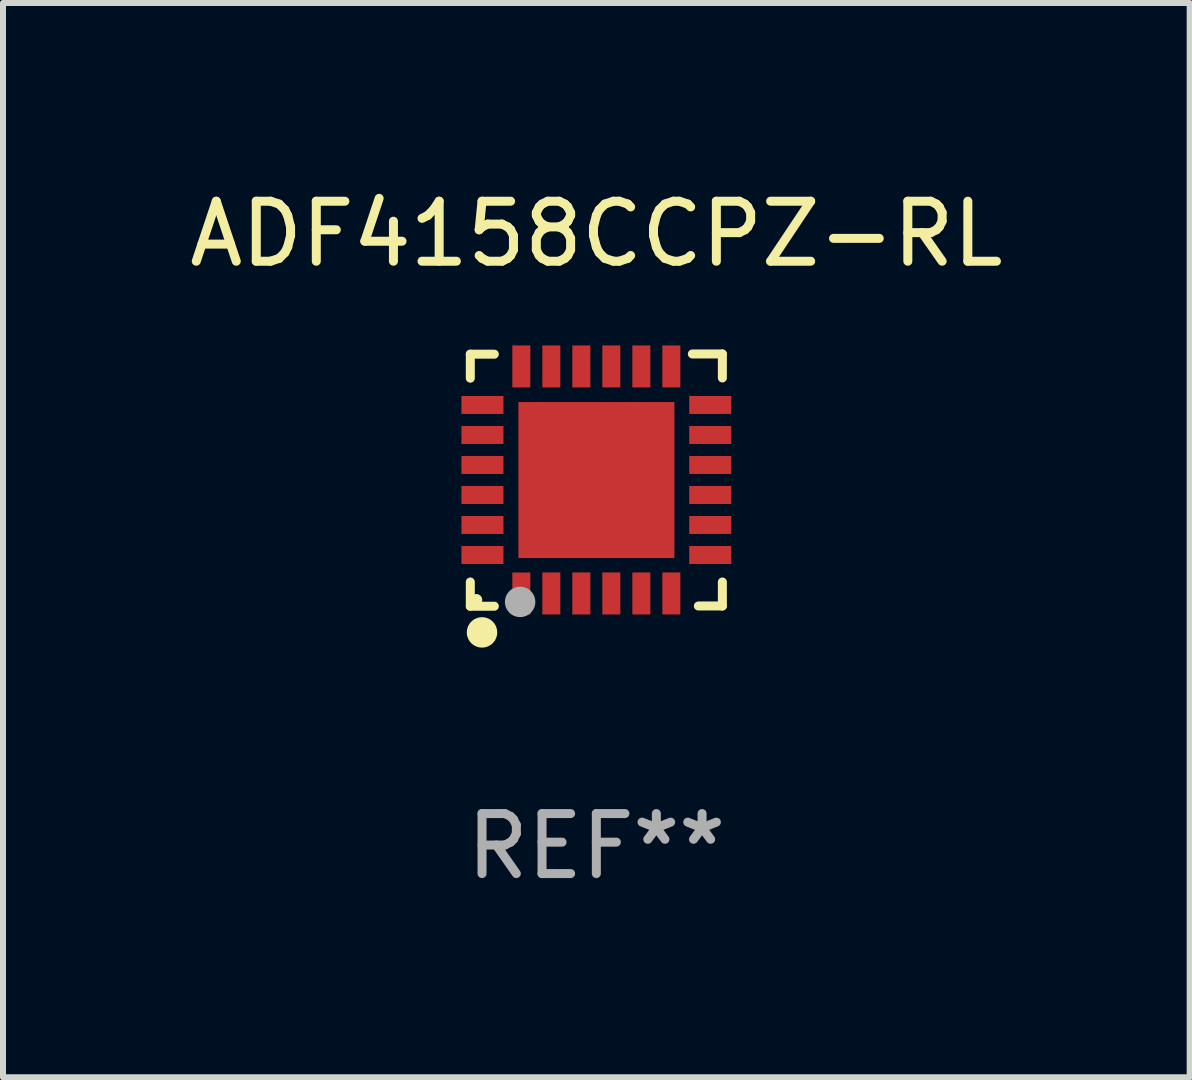
<source format=kicad_pcb>
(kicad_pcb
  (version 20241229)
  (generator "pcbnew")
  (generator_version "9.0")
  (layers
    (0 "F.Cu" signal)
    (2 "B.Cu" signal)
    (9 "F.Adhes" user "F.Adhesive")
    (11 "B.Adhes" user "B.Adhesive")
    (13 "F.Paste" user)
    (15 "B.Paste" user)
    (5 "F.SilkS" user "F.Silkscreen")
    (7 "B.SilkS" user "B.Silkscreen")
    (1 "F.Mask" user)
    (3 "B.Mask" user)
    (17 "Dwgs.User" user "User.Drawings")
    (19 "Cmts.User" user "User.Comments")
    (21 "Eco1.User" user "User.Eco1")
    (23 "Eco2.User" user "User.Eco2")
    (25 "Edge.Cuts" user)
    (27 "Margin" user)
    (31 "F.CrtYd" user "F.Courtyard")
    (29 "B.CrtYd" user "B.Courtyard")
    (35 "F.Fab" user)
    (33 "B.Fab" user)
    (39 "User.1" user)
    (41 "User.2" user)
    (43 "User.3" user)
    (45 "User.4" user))
  (footprint "ADF4158CCPZ-RL"
    (layer "F.Cu")
    (at 6.887 4.95)
    (property "Reference" "ADF4158CCPZ-RL" (at 0 -4.102 0) (layer "F.SilkS") (effects (font (size 1 1) (thickness 0.15))))
    (attr through_hole)
    (fp_line (start -2.1 -2.098) (end -1.7 -2.098) (stroke (width 0.15) (type solid)) (layer "F.SilkS"))
    (fp_line (start -2.1 -1.698) (end -2.1 -2.098) (stroke (width 0.15) (type solid)) (layer "F.SilkS"))
    (fp_line (start -2.1 2.102) (end -2.1 1.698) (stroke (width 0.15) (type solid)) (layer "F.SilkS"))
    (fp_line (start -1.7 2.102) (end -2.1 2.102) (stroke (width 0.15) (type solid)) (layer "F.SilkS"))
    (fp_line (start 1.6 -2.102) (end 2.1 -2.102) (stroke (width 0.15) (type solid)) (layer "F.SilkS"))
    (fp_line (start 1.7 2.098) (end 2.1 2.098) (stroke (width 0.15) (type solid)) (layer "F.SilkS"))
    (fp_line (start 2.1 -2.102) (end 2.1 -1.702) (stroke (width 0.15) (type solid)) (layer "F.SilkS"))
    (fp_line (start 2.1 2.098) (end 2.1 1.698) (stroke (width 0.15) (type solid)) (layer "F.SilkS"))
    (fp_circle (center -2 1.998) (end -1.95 1.998) (stroke (width 0.1) (type solid)) (fill no) (layer "F.SilkS"))
    (fp_circle (center -1.905 2.538) (end -1.778 2.538) (stroke (width 0.254) (type solid)) (fill no) (layer "F.SilkS"))
    (fp_circle (center -1.27 2.03) (end -1.143 2.03) (stroke (width 0.254) (type solid)) (fill no) (layer "F.Fab"))
    (fp_text user "REF**" (at 0 6.102 0) (layer "F.Fab") (effects (font (size 1 1) (thickness 0.15))))
    (pad "1" smd rect (at -1.25 1.89 180) (size 0.3 0.7) (layers "F.Cu" "F.Mask" "F.Paste"))
    (pad "2" smd rect (at -0.75 1.889 180) (size 0.3 0.7) (layers "F.Cu" "F.Mask" "F.Paste"))
    (pad "3" smd rect (at -0.25 1.889 180) (size 0.3 0.7) (layers "F.Cu" "F.Mask" "F.Paste"))
    (pad "4" smd rect (at 0.25 1.889 180) (size 0.3 0.7) (layers "F.Cu" "F.Mask" "F.Paste"))
    (pad "5" smd rect (at 0.75 1.889 180) (size 0.3 0.7) (layers "F.Cu" "F.Mask" "F.Paste"))
    (pad "6" smd rect (at 1.25 1.889 180) (size 0.3 0.7) (layers "F.Cu" "F.Mask" "F.Paste"))
    (pad "7" smd rect (at 1.898 1.248 270) (size 0.3 0.7) (layers "F.Cu" "F.Mask" "F.Paste"))
    (pad "8" smd rect (at 1.898 0.748 270) (size 0.3 0.7) (layers "F.Cu" "F.Mask" "F.Paste"))
    (pad "9" smd rect (at 1.898 0.248 270) (size 0.3 0.7) (layers "F.Cu" "F.Mask" "F.Paste"))
    (pad "10" smd rect (at 1.898 -0.252 270) (size 0.3 0.7) (layers "F.Cu" "F.Mask" "F.Paste"))
    (pad "11" smd rect (at 1.898 -0.752 270) (size 0.3 0.7) (layers "F.Cu" "F.Mask" "F.Paste"))
    (pad "12" smd rect (at 1.898 -1.252 270) (size 0.3 0.7) (layers "F.Cu" "F.Mask" "F.Paste"))
    (pad "13" smd rect (at 1.25 -1.894) (size 0.3 0.7) (layers "F.Cu" "F.Mask" "F.Paste"))
    (pad "14" smd rect (at 0.75 -1.894) (size 0.3 0.7) (layers "F.Cu" "F.Mask" "F.Paste"))
    (pad "15" smd rect (at 0.25 -1.894) (size 0.3 0.7) (layers "F.Cu" "F.Mask" "F.Paste"))
    (pad "16" smd rect (at -0.25 -1.894) (size 0.3 0.7) (layers "F.Cu" "F.Mask" "F.Paste"))
    (pad "17" smd rect (at -0.75 -1.894) (size 0.3 0.7) (layers "F.Cu" "F.Mask" "F.Paste"))
    (pad "18" smd rect (at -1.25 -1.894) (size 0.3 0.7) (layers "F.Cu" "F.Mask" "F.Paste"))
    (pad "19" smd rect (at -1.898 -1.252 90) (size 0.3 0.7) (layers "F.Cu" "F.Mask" "F.Paste"))
    (pad "20" smd rect (at -1.898 -0.752 90) (size 0.3 0.7) (layers "F.Cu" "F.Mask" "F.Paste"))
    (pad "21" smd rect (at -1.898 -0.252 90) (size 0.3 0.7) (layers "F.Cu" "F.Mask" "F.Paste"))
    (pad "22" smd rect (at -1.898 0.248 90) (size 0.3 0.7) (layers "F.Cu" "F.Mask" "F.Paste"))
    (pad "23" smd rect (at -1.898 0.748 90) (size 0.3 0.7) (layers "F.Cu" "F.Mask" "F.Paste"))
    (pad "24" smd rect (at -1.898 1.248 90) (size 0.3 0.7) (layers "F.Cu" "F.Mask" "F.Paste"))
    (pad "25" smd rect (at 0.001 -0.001 90) (size 2.6 2.6) (layers "F.Cu" "F.Mask" "F.Paste")))
  (gr_rect
    (start -3 -3)
    (end 16.774 14.901)
    (stroke (width 0.1) (type default))
    (fill no)
    (layer "Edge.Cuts")))
</source>
